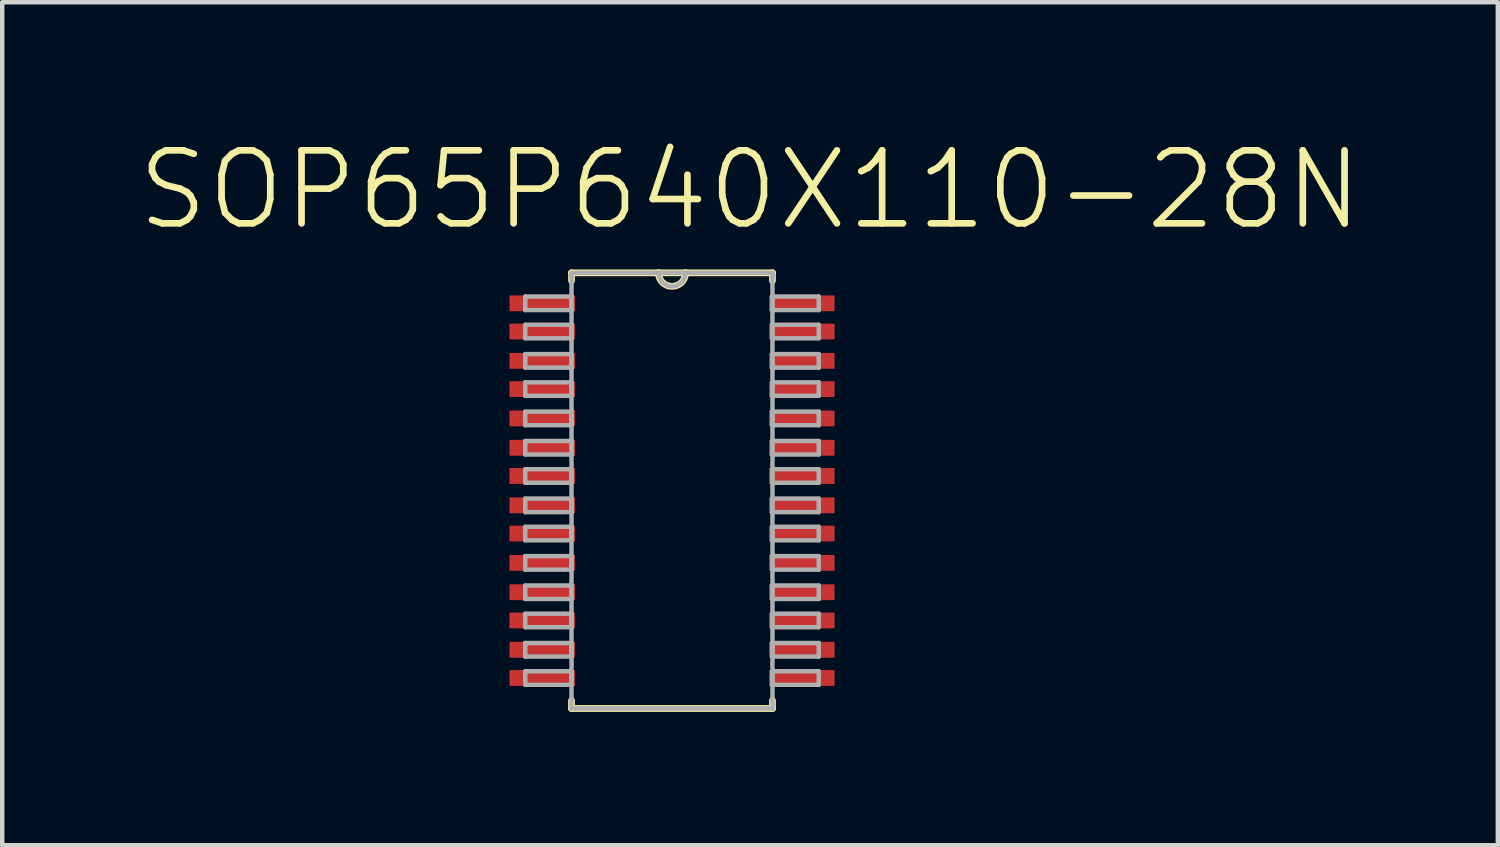
<source format=kicad_pcb>
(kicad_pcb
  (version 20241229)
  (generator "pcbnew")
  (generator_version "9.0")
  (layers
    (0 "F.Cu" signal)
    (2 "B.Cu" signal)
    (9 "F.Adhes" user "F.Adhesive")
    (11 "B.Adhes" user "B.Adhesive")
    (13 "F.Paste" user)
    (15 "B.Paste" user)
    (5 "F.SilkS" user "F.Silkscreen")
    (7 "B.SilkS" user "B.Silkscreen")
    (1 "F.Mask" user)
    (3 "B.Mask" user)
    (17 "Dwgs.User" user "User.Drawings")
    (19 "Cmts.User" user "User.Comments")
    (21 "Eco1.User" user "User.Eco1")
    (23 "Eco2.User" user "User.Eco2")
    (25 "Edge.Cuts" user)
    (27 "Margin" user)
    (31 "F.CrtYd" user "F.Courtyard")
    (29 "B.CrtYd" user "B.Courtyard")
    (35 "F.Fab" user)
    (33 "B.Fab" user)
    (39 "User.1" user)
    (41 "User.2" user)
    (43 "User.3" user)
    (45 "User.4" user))
  (footprint "SOP65P640X110-28N"
    (layer "F.Cu")
    (at 12.073 7.992)
    (property "Reference" "SOP65P640X110-28N" (at 1.756 -6.768 0) (layer "F.SilkS") (effects (font (size 1.643 1.643) (thickness 0.15))))
    (attr smd)
    (fp_line (start -2.261 -4.902) (end -2.261 -4.724) (stroke (width 0.152) (type solid)) (layer "F.SilkS"))
    (fp_line (start -2.261 4.724) (end -2.261 4.902) (stroke (width 0.152) (type solid)) (layer "F.SilkS"))
    (fp_line (start -2.261 4.902) (end 2.261 4.902) (stroke (width 0.152) (type solid)) (layer "F.SilkS"))
    (fp_line (start -0.305 -4.902) (end -2.261 -4.902) (stroke (width 0.152) (type solid)) (layer "F.SilkS"))
    (fp_line (start 0.305 -4.902) (end -0.305 -4.902) (stroke (width 0.152) (type solid)) (layer "F.SilkS"))
    (fp_line (start 2.261 -4.902) (end 0.305 -4.902) (stroke (width 0.152) (type solid)) (layer "F.SilkS"))
    (fp_line (start 2.261 -4.724) (end 2.261 -4.902) (stroke (width 0.152) (type solid)) (layer "F.SilkS"))
    (fp_line (start 2.261 4.902) (end 2.261 4.724) (stroke (width 0.152) (type solid)) (layer "F.SilkS"))
    (fp_arc (start 0.3048 -4.9022) (mid 0 -4.5974) (end -0.3048 -4.9022) (stroke (width 0.1524) (type solid)) (layer "F.SilkS"))
    (fp_line (start -3.302 -4.369) (end -3.302 -4.064) (stroke (width 0.1) (type solid)) (layer "F.Fab"))
    (fp_line (start -3.302 -4.064) (end -2.261 -4.064) (stroke (width 0.1) (type solid)) (layer "F.Fab"))
    (fp_line (start -3.302 -3.734) (end -3.302 -3.429) (stroke (width 0.1) (type solid)) (layer "F.Fab"))
    (fp_line (start -3.302 -3.429) (end -2.261 -3.429) (stroke (width 0.1) (type solid)) (layer "F.Fab"))
    (fp_line (start -3.302 -3.073) (end -3.302 -2.769) (stroke (width 0.1) (type solid)) (layer "F.Fab"))
    (fp_line (start -3.302 -2.769) (end -2.261 -2.769) (stroke (width 0.1) (type solid)) (layer "F.Fab"))
    (fp_line (start -3.302 -2.438) (end -3.302 -2.134) (stroke (width 0.1) (type solid)) (layer "F.Fab"))
    (fp_line (start -3.302 -2.134) (end -2.261 -2.134) (stroke (width 0.1) (type solid)) (layer "F.Fab"))
    (fp_line (start -3.302 -1.778) (end -3.302 -1.473) (stroke (width 0.1) (type solid)) (layer "F.Fab"))
    (fp_line (start -3.302 -1.473) (end -2.261 -1.473) (stroke (width 0.1) (type solid)) (layer "F.Fab"))
    (fp_line (start -3.302 -1.118) (end -3.302 -0.813) (stroke (width 0.1) (type solid)) (layer "F.Fab"))
    (fp_line (start -3.302 -0.813) (end -2.261 -0.813) (stroke (width 0.1) (type solid)) (layer "F.Fab"))
    (fp_line (start -3.302 -0.483) (end -3.302 -0.178) (stroke (width 0.1) (type solid)) (layer "F.Fab"))
    (fp_line (start -3.302 -0.178) (end -2.261 -0.178) (stroke (width 0.1) (type solid)) (layer "F.Fab"))
    (fp_line (start -3.302 0.178) (end -3.302 0.483) (stroke (width 0.1) (type solid)) (layer "F.Fab"))
    (fp_line (start -3.302 0.483) (end -2.261 0.483) (stroke (width 0.1) (type solid)) (layer "F.Fab"))
    (fp_line (start -3.302 0.813) (end -3.302 1.118) (stroke (width 0.1) (type solid)) (layer "F.Fab"))
    (fp_line (start -3.302 1.118) (end -2.261 1.118) (stroke (width 0.1) (type solid)) (layer "F.Fab"))
    (fp_line (start -3.302 1.473) (end -3.302 1.778) (stroke (width 0.1) (type solid)) (layer "F.Fab"))
    (fp_line (start -3.302 1.778) (end -2.261 1.778) (stroke (width 0.1) (type solid)) (layer "F.Fab"))
    (fp_line (start -3.302 2.134) (end -3.302 2.438) (stroke (width 0.1) (type solid)) (layer "F.Fab"))
    (fp_line (start -3.302 2.438) (end -2.261 2.438) (stroke (width 0.1) (type solid)) (layer "F.Fab"))
    (fp_line (start -3.302 2.769) (end -3.302 3.073) (stroke (width 0.1) (type solid)) (layer "F.Fab"))
    (fp_line (start -3.302 3.073) (end -2.261 3.073) (stroke (width 0.1) (type solid)) (layer "F.Fab"))
    (fp_line (start -3.302 3.429) (end -3.302 3.734) (stroke (width 0.1) (type solid)) (layer "F.Fab"))
    (fp_line (start -3.302 3.734) (end -2.261 3.734) (stroke (width 0.1) (type solid)) (layer "F.Fab"))
    (fp_line (start -3.302 4.064) (end -3.302 4.369) (stroke (width 0.1) (type solid)) (layer "F.Fab"))
    (fp_line (start -3.302 4.369) (end -2.261 4.369) (stroke (width 0.1) (type solid)) (layer "F.Fab"))
    (fp_line (start -2.261 -4.902) (end -2.261 4.902) (stroke (width 0.1) (type solid)) (layer "F.Fab"))
    (fp_line (start -2.261 -4.369) (end -3.302 -4.369) (stroke (width 0.1) (type solid)) (layer "F.Fab"))
    (fp_line (start -2.261 -4.064) (end -2.261 -4.369) (stroke (width 0.1) (type solid)) (layer "F.Fab"))
    (fp_line (start -2.261 -3.734) (end -3.302 -3.734) (stroke (width 0.1) (type solid)) (layer "F.Fab"))
    (fp_line (start -2.261 -3.429) (end -2.261 -3.734) (stroke (width 0.1) (type solid)) (layer "F.Fab"))
    (fp_line (start -2.261 -3.073) (end -3.302 -3.073) (stroke (width 0.1) (type solid)) (layer "F.Fab"))
    (fp_line (start -2.261 -2.769) (end -2.261 -3.073) (stroke (width 0.1) (type solid)) (layer "F.Fab"))
    (fp_line (start -2.261 -2.438) (end -3.302 -2.438) (stroke (width 0.1) (type solid)) (layer "F.Fab"))
    (fp_line (start -2.261 -2.134) (end -2.261 -2.438) (stroke (width 0.1) (type solid)) (layer "F.Fab"))
    (fp_line (start -2.261 -1.778) (end -3.302 -1.778) (stroke (width 0.1) (type solid)) (layer "F.Fab"))
    (fp_line (start -2.261 -1.473) (end -2.261 -1.778) (stroke (width 0.1) (type solid)) (layer "F.Fab"))
    (fp_line (start -2.261 -1.118) (end -3.302 -1.118) (stroke (width 0.1) (type solid)) (layer "F.Fab"))
    (fp_line (start -2.261 -0.813) (end -2.261 -1.118) (stroke (width 0.1) (type solid)) (layer "F.Fab"))
    (fp_line (start -2.261 -0.483) (end -3.302 -0.483) (stroke (width 0.1) (type solid)) (layer "F.Fab"))
    (fp_line (start -2.261 -0.178) (end -2.261 -0.483) (stroke (width 0.1) (type solid)) (layer "F.Fab"))
    (fp_line (start -2.261 0.178) (end -3.302 0.178) (stroke (width 0.1) (type solid)) (layer "F.Fab"))
    (fp_line (start -2.261 0.483) (end -2.261 0.178) (stroke (width 0.1) (type solid)) (layer "F.Fab"))
    (fp_line (start -2.261 0.813) (end -3.302 0.813) (stroke (width 0.1) (type solid)) (layer "F.Fab"))
    (fp_line (start -2.261 1.118) (end -2.261 0.813) (stroke (width 0.1) (type solid)) (layer "F.Fab"))
    (fp_line (start -2.261 1.473) (end -3.302 1.473) (stroke (width 0.1) (type solid)) (layer "F.Fab"))
    (fp_line (start -2.261 1.778) (end -2.261 1.473) (stroke (width 0.1) (type solid)) (layer "F.Fab"))
    (fp_line (start -2.261 2.134) (end -3.302 2.134) (stroke (width 0.1) (type solid)) (layer "F.Fab"))
    (fp_line (start -2.261 2.438) (end -2.261 2.134) (stroke (width 0.1) (type solid)) (layer "F.Fab"))
    (fp_line (start -2.261 2.769) (end -3.302 2.769) (stroke (width 0.1) (type solid)) (layer "F.Fab"))
    (fp_line (start -2.261 3.073) (end -2.261 2.769) (stroke (width 0.1) (type solid)) (layer "F.Fab"))
    (fp_line (start -2.261 3.429) (end -3.302 3.429) (stroke (width 0.1) (type solid)) (layer "F.Fab"))
    (fp_line (start -2.261 3.734) (end -2.261 3.429) (stroke (width 0.1) (type solid)) (layer "F.Fab"))
    (fp_line (start -2.261 4.064) (end -3.302 4.064) (stroke (width 0.1) (type solid)) (layer "F.Fab"))
    (fp_line (start -2.261 4.369) (end -2.261 4.064) (stroke (width 0.1) (type solid)) (layer "F.Fab"))
    (fp_line (start -2.261 4.902) (end 2.261 4.902) (stroke (width 0.1) (type solid)) (layer "F.Fab"))
    (fp_line (start -0.305 -4.902) (end -2.261 -4.902) (stroke (width 0.1) (type solid)) (layer "F.Fab"))
    (fp_line (start 0.305 -4.902) (end -0.305 -4.902) (stroke (width 0.1) (type solid)) (layer "F.Fab"))
    (fp_line (start 2.261 -4.902) (end 0.305 -4.902) (stroke (width 0.1) (type solid)) (layer "F.Fab"))
    (fp_line (start 2.261 -4.369) (end 2.261 -4.064) (stroke (width 0.1) (type solid)) (layer "F.Fab"))
    (fp_line (start 2.261 -4.064) (end 3.302 -4.064) (stroke (width 0.1) (type solid)) (layer "F.Fab"))
    (fp_line (start 2.261 -3.734) (end 2.261 -3.429) (stroke (width 0.1) (type solid)) (layer "F.Fab"))
    (fp_line (start 2.261 -3.429) (end 3.302 -3.429) (stroke (width 0.1) (type solid)) (layer "F.Fab"))
    (fp_line (start 2.261 -3.073) (end 2.261 -2.769) (stroke (width 0.1) (type solid)) (layer "F.Fab"))
    (fp_line (start 2.261 -2.769) (end 3.302 -2.769) (stroke (width 0.1) (type solid)) (layer "F.Fab"))
    (fp_line (start 2.261 -2.438) (end 2.261 -2.134) (stroke (width 0.1) (type solid)) (layer "F.Fab"))
    (fp_line (start 2.261 -2.134) (end 3.302 -2.134) (stroke (width 0.1) (type solid)) (layer "F.Fab"))
    (fp_line (start 2.261 -1.778) (end 2.261 -1.473) (stroke (width 0.1) (type solid)) (layer "F.Fab"))
    (fp_line (start 2.261 -1.473) (end 3.302 -1.473) (stroke (width 0.1) (type solid)) (layer "F.Fab"))
    (fp_line (start 2.261 -1.118) (end 2.261 -0.813) (stroke (width 0.1) (type solid)) (layer "F.Fab"))
    (fp_line (start 2.261 -0.813) (end 3.302 -0.813) (stroke (width 0.1) (type solid)) (layer "F.Fab"))
    (fp_line (start 2.261 -0.483) (end 2.261 -0.178) (stroke (width 0.1) (type solid)) (layer "F.Fab"))
    (fp_line (start 2.261 -0.178) (end 3.302 -0.178) (stroke (width 0.1) (type solid)) (layer "F.Fab"))
    (fp_line (start 2.261 0.178) (end 2.261 0.483) (stroke (width 0.1) (type solid)) (layer "F.Fab"))
    (fp_line (start 2.261 0.483) (end 3.302 0.483) (stroke (width 0.1) (type solid)) (layer "F.Fab"))
    (fp_line (start 2.261 0.813) (end 2.261 1.118) (stroke (width 0.1) (type solid)) (layer "F.Fab"))
    (fp_line (start 2.261 1.118) (end 3.302 1.118) (stroke (width 0.1) (type solid)) (layer "F.Fab"))
    (fp_line (start 2.261 1.473) (end 2.261 1.778) (stroke (width 0.1) (type solid)) (layer "F.Fab"))
    (fp_line (start 2.261 1.778) (end 3.302 1.778) (stroke (width 0.1) (type solid)) (layer "F.Fab"))
    (fp_line (start 2.261 2.134) (end 2.261 2.438) (stroke (width 0.1) (type solid)) (layer "F.Fab"))
    (fp_line (start 2.261 2.438) (end 3.302 2.438) (stroke (width 0.1) (type solid)) (layer "F.Fab"))
    (fp_line (start 2.261 2.769) (end 2.261 3.073) (stroke (width 0.1) (type solid)) (layer "F.Fab"))
    (fp_line (start 2.261 3.073) (end 3.302 3.073) (stroke (width 0.1) (type solid)) (layer "F.Fab"))
    (fp_line (start 2.261 3.429) (end 2.261 3.734) (stroke (width 0.1) (type solid)) (layer "F.Fab"))
    (fp_line (start 2.261 3.734) (end 3.302 3.734) (stroke (width 0.1) (type solid)) (layer "F.Fab"))
    (fp_line (start 2.261 4.064) (end 2.261 4.369) (stroke (width 0.1) (type solid)) (layer "F.Fab"))
    (fp_line (start 2.261 4.369) (end 3.302 4.369) (stroke (width 0.1) (type solid)) (layer "F.Fab"))
    (fp_line (start 2.261 4.902) (end 2.261 -4.902) (stroke (width 0.1) (type solid)) (layer "F.Fab"))
    (fp_line (start 3.302 -4.369) (end 2.261 -4.369) (stroke (width 0.1) (type solid)) (layer "F.Fab"))
    (fp_line (start 3.302 -4.064) (end 3.302 -4.369) (stroke (width 0.1) (type solid)) (layer "F.Fab"))
    (fp_line (start 3.302 -3.734) (end 2.261 -3.734) (stroke (width 0.1) (type solid)) (layer "F.Fab"))
    (fp_line (start 3.302 -3.429) (end 3.302 -3.734) (stroke (width 0.1) (type solid)) (layer "F.Fab"))
    (fp_line (start 3.302 -3.073) (end 2.261 -3.073) (stroke (width 0.1) (type solid)) (layer "F.Fab"))
    (fp_line (start 3.302 -2.769) (end 3.302 -3.073) (stroke (width 0.1) (type solid)) (layer "F.Fab"))
    (fp_line (start 3.302 -2.438) (end 2.261 -2.438) (stroke (width 0.1) (type solid)) (layer "F.Fab"))
    (fp_line (start 3.302 -2.134) (end 3.302 -2.438) (stroke (width 0.1) (type solid)) (layer "F.Fab"))
    (fp_line (start 3.302 -1.778) (end 2.261 -1.778) (stroke (width 0.1) (type solid)) (layer "F.Fab"))
    (fp_line (start 3.302 -1.473) (end 3.302 -1.778) (stroke (width 0.1) (type solid)) (layer "F.Fab"))
    (fp_line (start 3.302 -1.118) (end 2.261 -1.118) (stroke (width 0.1) (type solid)) (layer "F.Fab"))
    (fp_line (start 3.302 -0.813) (end 3.302 -1.118) (stroke (width 0.1) (type solid)) (layer "F.Fab"))
    (fp_line (start 3.302 -0.483) (end 2.261 -0.483) (stroke (width 0.1) (type solid)) (layer "F.Fab"))
    (fp_line (start 3.302 -0.178) (end 3.302 -0.483) (stroke (width 0.1) (type solid)) (layer "F.Fab"))
    (fp_line (start 3.302 0.178) (end 2.261 0.178) (stroke (width 0.1) (type solid)) (layer "F.Fab"))
    (fp_line (start 3.302 0.483) (end 3.302 0.178) (stroke (width 0.1) (type solid)) (layer "F.Fab"))
    (fp_line (start 3.302 0.813) (end 2.261 0.813) (stroke (width 0.1) (type solid)) (layer "F.Fab"))
    (fp_line (start 3.302 1.118) (end 3.302 0.813) (stroke (width 0.1) (type solid)) (layer "F.Fab"))
    (fp_line (start 3.302 1.473) (end 2.261 1.473) (stroke (width 0.1) (type solid)) (layer "F.Fab"))
    (fp_line (start 3.302 1.778) (end 3.302 1.473) (stroke (width 0.1) (type solid)) (layer "F.Fab"))
    (fp_line (start 3.302 2.134) (end 2.261 2.134) (stroke (width 0.1) (type solid)) (layer "F.Fab"))
    (fp_line (start 3.302 2.438) (end 3.302 2.134) (stroke (width 0.1) (type solid)) (layer "F.Fab"))
    (fp_line (start 3.302 2.769) (end 2.261 2.769) (stroke (width 0.1) (type solid)) (layer "F.Fab"))
    (fp_line (start 3.302 3.073) (end 3.302 2.769) (stroke (width 0.1) (type solid)) (layer "F.Fab"))
    (fp_line (start 3.302 3.429) (end 2.261 3.429) (stroke (width 0.1) (type solid)) (layer "F.Fab"))
    (fp_line (start 3.302 3.734) (end 3.302 3.429) (stroke (width 0.1) (type solid)) (layer "F.Fab"))
    (fp_line (start 3.302 4.064) (end 2.261 4.064) (stroke (width 0.1) (type solid)) (layer "F.Fab"))
    (fp_line (start 3.302 4.369) (end 3.302 4.064) (stroke (width 0.1) (type solid)) (layer "F.Fab"))
    (fp_arc (start 0.3048 -4.9022) (mid 0 -4.5974) (end -0.3048 -4.9022) (stroke (width 0.1) (type solid)) (layer "F.Fab"))
    (pad "1" smd rect (at -2.921 -4.216) (size 1.473 0.356) (layers "F.Cu" "F.Mask" "F.Paste"))
    (pad "2" smd rect (at -2.921 -3.581) (size 1.473 0.356) (layers "F.Cu" "F.Mask" "F.Paste"))
    (pad "3" smd rect (at -2.921 -2.921) (size 1.473 0.356) (layers "F.Cu" "F.Mask" "F.Paste"))
    (pad "4" smd rect (at -2.921 -2.286) (size 1.473 0.356) (layers "F.Cu" "F.Mask" "F.Paste"))
    (pad "5" smd rect (at -2.921 -1.626) (size 1.473 0.356) (layers "F.Cu" "F.Mask" "F.Paste"))
    (pad "6" smd rect (at -2.921 -0.965) (size 1.473 0.356) (layers "F.Cu" "F.Mask" "F.Paste"))
    (pad "7" smd rect (at -2.921 -0.33) (size 1.473 0.356) (layers "F.Cu" "F.Mask" "F.Paste"))
    (pad "8" smd rect (at -2.921 0.33) (size 1.473 0.356) (layers "F.Cu" "F.Mask" "F.Paste"))
    (pad "9" smd rect (at -2.921 0.965) (size 1.473 0.356) (layers "F.Cu" "F.Mask" "F.Paste"))
    (pad "10" smd rect (at -2.921 1.626) (size 1.473 0.356) (layers "F.Cu" "F.Mask" "F.Paste"))
    (pad "11" smd rect (at -2.921 2.286) (size 1.473 0.356) (layers "F.Cu" "F.Mask" "F.Paste"))
    (pad "12" smd rect (at -2.921 2.921) (size 1.473 0.356) (layers "F.Cu" "F.Mask" "F.Paste"))
    (pad "13" smd rect (at -2.921 3.581) (size 1.473 0.356) (layers "F.Cu" "F.Mask" "F.Paste"))
    (pad "14" smd rect (at -2.921 4.216) (size 1.473 0.356) (layers "F.Cu" "F.Mask" "F.Paste"))
    (pad "15" smd rect (at 2.921 4.216) (size 1.473 0.356) (layers "F.Cu" "F.Mask" "F.Paste"))
    (pad "16" smd rect (at 2.921 3.581) (size 1.473 0.356) (layers "F.Cu" "F.Mask" "F.Paste"))
    (pad "17" smd rect (at 2.921 2.921) (size 1.473 0.356) (layers "F.Cu" "F.Mask" "F.Paste"))
    (pad "18" smd rect (at 2.921 2.286) (size 1.473 0.356) (layers "F.Cu" "F.Mask" "F.Paste"))
    (pad "19" smd rect (at 2.921 1.626) (size 1.473 0.356) (layers "F.Cu" "F.Mask" "F.Paste"))
    (pad "20" smd rect (at 2.921 0.965) (size 1.473 0.356) (layers "F.Cu" "F.Mask" "F.Paste"))
    (pad "21" smd rect (at 2.921 0.33) (size 1.473 0.356) (layers "F.Cu" "F.Mask" "F.Paste"))
    (pad "22" smd rect (at 2.921 -0.33) (size 1.473 0.356) (layers "F.Cu" "F.Mask" "F.Paste"))
    (pad "23" smd rect (at 2.921 -0.965) (size 1.473 0.356) (layers "F.Cu" "F.Mask" "F.Paste"))
    (pad "24" smd rect (at 2.921 -1.626) (size 1.473 0.356) (layers "F.Cu" "F.Mask" "F.Paste"))
    (pad "25" smd rect (at 2.921 -2.286) (size 1.473 0.356) (layers "F.Cu" "F.Mask" "F.Paste"))
    (pad "26" smd rect (at 2.921 -2.921) (size 1.473 0.356) (layers "F.Cu" "F.Mask" "F.Paste"))
    (pad "27" smd rect (at 2.921 -3.581) (size 1.473 0.356) (layers "F.Cu" "F.Mask" "F.Paste"))
    (pad "28" smd rect (at 2.921 -4.216) (size 1.473 0.356) (layers "F.Cu" "F.Mask" "F.Paste")))
  (gr_rect
    (start -3 -3)
    (end 30.658 15.971)
    (stroke (width 0.1) (type default))
    (fill no)
    (layer "Edge.Cuts")))
</source>
